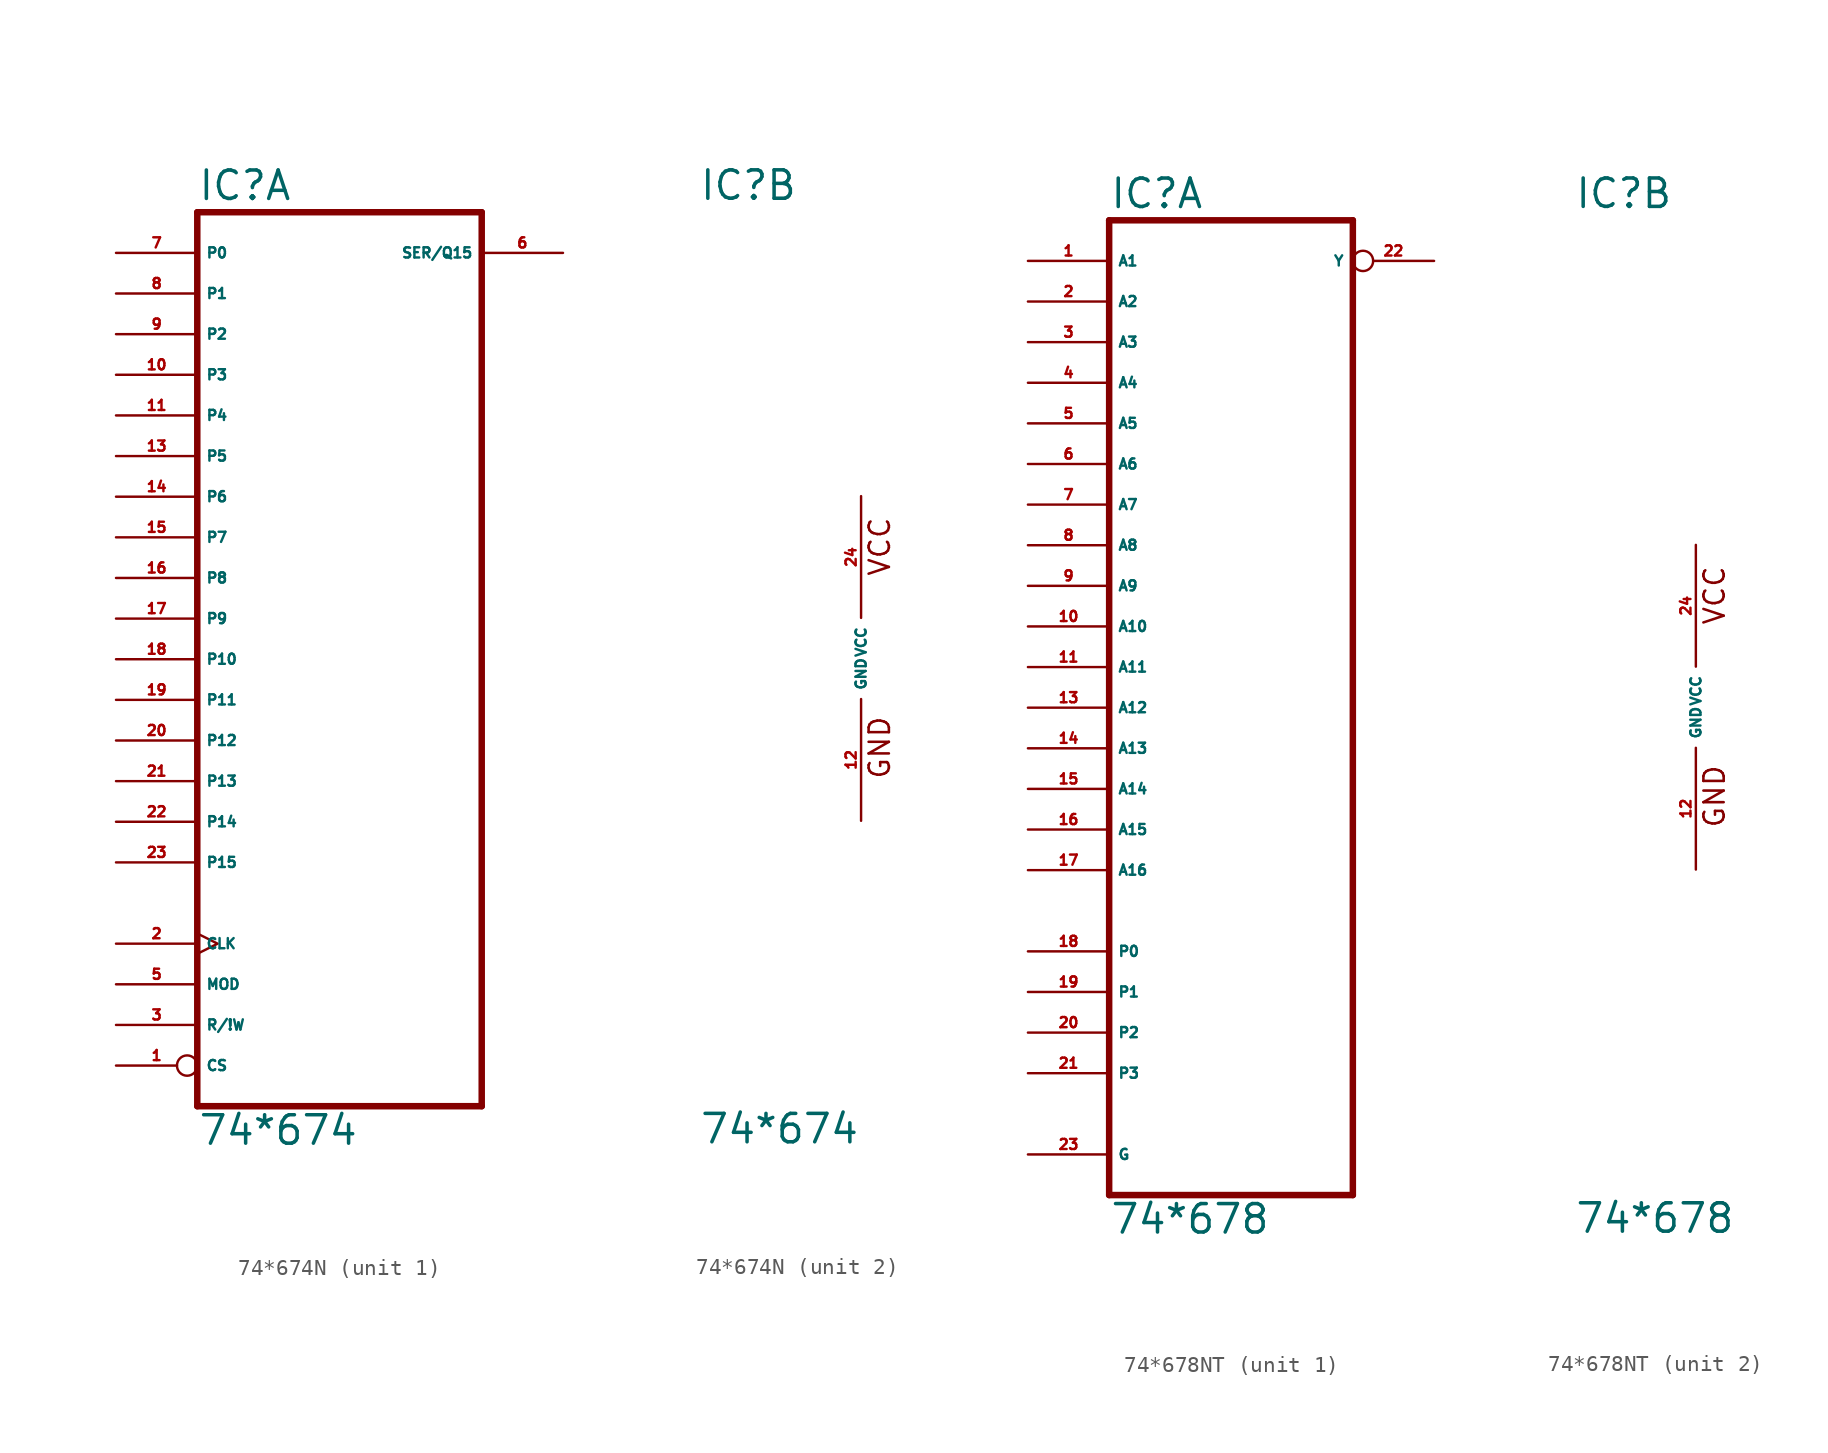
<source format=kicad_sym>
(kicad_symbol_lib
  (version 20220914)
  (generator Eagle2Kicad)
  (symbol "74*674N"
    (property "Reference" "IC"
      (at -10.16 28.575 0)
      (effects (font (size 1.778 1.778) (thickness 0.22)) (justify left bottom)))
    (property "Value" "74*674"
      (at -10.16 -30.48 0)
      (effects (font (size 1.778 1.778) (thickness 0.22)) (justify left bottom)))
    (symbol "74*674N_1_0"
      (polyline (pts (xy -10.16 -27.94) (xy 7.62 -27.94)) (stroke (width 0.406) (type default)) (fill (type none)))
      (polyline (pts (xy 7.62 -27.94) (xy 7.62 27.94)) (stroke (width 0.406) (type default)) (fill (type none)))
      (polyline (pts (xy 7.62 27.94) (xy -10.16 27.94)) (stroke (width 0.406) (type default)) (fill (type none)))
      (polyline (pts (xy -10.16 27.94) (xy -10.16 -27.94)) (stroke (width 0.406) (type default)) (fill (type none)))
      (pin input inverted (at -15.24 -25.4 0) (length 5.08) (name "CS" (effects (font (size 0.635 0.635) (thickness 0.08)) (justify left bottom))) (number "1" (effects (font (size 0.635 0.635) (thickness 0.08)) (justify left bottom))))
      (pin input clock (at -15.24 -17.78 0) (length 5.08) (name "CLK" (effects (font (size 0.635 0.635) (thickness 0.08)) (justify left bottom))) (number "2" (effects (font (size 0.635 0.635) (thickness 0.08)) (justify left bottom))))
      (pin input line (at -15.24 -22.86 0) (length 5.08) (name "R/!W" (effects (font (size 0.635 0.635) (thickness 0.08)) (justify left bottom))) (number "3" (effects (font (size 0.635 0.635) (thickness 0.08)) (justify left bottom))))
      (pin input line (at -15.24 -20.32 0) (length 5.08) (name "MOD" (effects (font (size 0.635 0.635) (thickness 0.08)) (justify left bottom))) (number "5" (effects (font (size 0.635 0.635) (thickness 0.08)) (justify left bottom))))
      (pin bidirectional line (at 12.7 25.4 180) (length 5.08) (name "SER/Q15" (effects (font (size 0.635 0.635) (thickness 0.08)) (justify left bottom))) (number "6" (effects (font (size 0.635 0.635) (thickness 0.08)) (justify left bottom))))
      (pin input line (at -15.24 25.4 0) (length 5.08) (name "P0" (effects (font (size 0.635 0.635) (thickness 0.08)) (justify left bottom))) (number "7" (effects (font (size 0.635 0.635) (thickness 0.08)) (justify left bottom))))
      (pin input line (at -15.24 22.86 0) (length 5.08) (name "P1" (effects (font (size 0.635 0.635) (thickness 0.08)) (justify left bottom))) (number "8" (effects (font (size 0.635 0.635) (thickness 0.08)) (justify left bottom))))
      (pin input line (at -15.24 20.32 0) (length 5.08) (name "P2" (effects (font (size 0.635 0.635) (thickness 0.08)) (justify left bottom))) (number "9" (effects (font (size 0.635 0.635) (thickness 0.08)) (justify left bottom))))
      (pin input line (at -15.24 17.78 0) (length 5.08) (name "P3" (effects (font (size 0.635 0.635) (thickness 0.08)) (justify left bottom))) (number "10" (effects (font (size 0.635 0.635) (thickness 0.08)) (justify left bottom))))
      (pin input line (at -15.24 15.24 0) (length 5.08) (name "P4" (effects (font (size 0.635 0.635) (thickness 0.08)) (justify left bottom))) (number "11" (effects (font (size 0.635 0.635) (thickness 0.08)) (justify left bottom))))
      (pin input line (at -15.24 12.7 0) (length 5.08) (name "P5" (effects (font (size 0.635 0.635) (thickness 0.08)) (justify left bottom))) (number "13" (effects (font (size 0.635 0.635) (thickness 0.08)) (justify left bottom))))
      (pin input line (at -15.24 10.16 0) (length 5.08) (name "P6" (effects (font (size 0.635 0.635) (thickness 0.08)) (justify left bottom))) (number "14" (effects (font (size 0.635 0.635) (thickness 0.08)) (justify left bottom))))
      (pin input line (at -15.24 7.62 0) (length 5.08) (name "P7" (effects (font (size 0.635 0.635) (thickness 0.08)) (justify left bottom))) (number "15" (effects (font (size 0.635 0.635) (thickness 0.08)) (justify left bottom))))
      (pin input line (at -15.24 5.08 0) (length 5.08) (name "P8" (effects (font (size 0.635 0.635) (thickness 0.08)) (justify left bottom))) (number "16" (effects (font (size 0.635 0.635) (thickness 0.08)) (justify left bottom))))
      (pin input line (at -15.24 2.54 0) (length 5.08) (name "P9" (effects (font (size 0.635 0.635) (thickness 0.08)) (justify left bottom))) (number "17" (effects (font (size 0.635 0.635) (thickness 0.08)) (justify left bottom))))
      (pin input line (at -15.24 0 0) (length 5.08) (name "P10" (effects (font (size 0.635 0.635) (thickness 0.08)) (justify left bottom))) (number "18" (effects (font (size 0.635 0.635) (thickness 0.08)) (justify left bottom))))
      (pin input line (at -15.24 -2.54 0) (length 5.08) (name "P11" (effects (font (size 0.635 0.635) (thickness 0.08)) (justify left bottom))) (number "19" (effects (font (size 0.635 0.635) (thickness 0.08)) (justify left bottom))))
      (pin input line (at -15.24 -5.08 0) (length 5.08) (name "P12" (effects (font (size 0.635 0.635) (thickness 0.08)) (justify left bottom))) (number "20" (effects (font (size 0.635 0.635) (thickness 0.08)) (justify left bottom))))
      (pin input line (at -15.24 -7.62 0) (length 5.08) (name "P13" (effects (font (size 0.635 0.635) (thickness 0.08)) (justify left bottom))) (number "21" (effects (font (size 0.635 0.635) (thickness 0.08)) (justify left bottom))))
      (pin input line (at -15.24 -10.16 0) (length 5.08) (name "P14" (effects (font (size 0.635 0.635) (thickness 0.08)) (justify left bottom))) (number "22" (effects (font (size 0.635 0.635) (thickness 0.08)) (justify left bottom))))
      (pin input line (at -15.24 -12.7 0) (length 5.08) (name "P15" (effects (font (size 0.635 0.635) (thickness 0.08)) (justify left bottom))) (number "23" (effects (font (size 0.635 0.635) (thickness 0.08)) (justify left bottom)))))
    (symbol "74*674N_2_0"
      (text "GND" (at 1.905 -7.62 900) (effects (font (size 1.27 1.27) (thickness 0.16)) (justify left bottom)))
      (text "VCC" (at 1.905 5.08 900) (effects (font (size 1.27 1.27) (thickness 0.16)) (justify left bottom)))
      (pin unspecified line (at 0 -10.16 90) (length 7.62) (name "GND" (effects (font (size 0.635 0.635) (thickness 0.08)) (justify left bottom))) (number "12" (effects (font (size 0.635 0.635) (thickness 0.08)) (justify left bottom))))
      (pin unspecified line (at 0 10.16 270) (length 7.62) (name "VCC" (effects (font (size 0.635 0.635) (thickness 0.08)) (justify left bottom))) (number "24" (effects (font (size 0.635 0.635) (thickness 0.08)) (justify left bottom))))))
  (symbol "74*678NT"
    (property "Reference" "IC"
      (at -7.62 31.115 0)
      (effects (font (size 1.778 1.778) (thickness 0.22)) (justify left bottom)))
    (property "Value" "74*678"
      (at -7.62 -33.02 0)
      (effects (font (size 1.778 1.778) (thickness 0.22)) (justify left bottom)))
    (symbol "74*678NT_1_0"
      (polyline (pts (xy -7.62 -30.48) (xy 7.62 -30.48)) (stroke (width 0.406) (type default)) (fill (type none)))
      (polyline (pts (xy 7.62 -30.48) (xy 7.62 30.48)) (stroke (width 0.406) (type default)) (fill (type none)))
      (polyline (pts (xy 7.62 30.48) (xy -7.62 30.48)) (stroke (width 0.406) (type default)) (fill (type none)))
      (polyline (pts (xy -7.62 30.48) (xy -7.62 -30.48)) (stroke (width 0.406) (type default)) (fill (type none)))
      (pin input line (at -12.7 27.94 0) (length 5.08) (name "A1" (effects (font (size 0.635 0.635) (thickness 0.08)) (justify left bottom))) (number "1" (effects (font (size 0.635 0.635) (thickness 0.08)) (justify left bottom))))
      (pin input line (at -12.7 25.4 0) (length 5.08) (name "A2" (effects (font (size 0.635 0.635) (thickness 0.08)) (justify left bottom))) (number "2" (effects (font (size 0.635 0.635) (thickness 0.08)) (justify left bottom))))
      (pin input line (at -12.7 22.86 0) (length 5.08) (name "A3" (effects (font (size 0.635 0.635) (thickness 0.08)) (justify left bottom))) (number "3" (effects (font (size 0.635 0.635) (thickness 0.08)) (justify left bottom))))
      (pin input line (at -12.7 20.32 0) (length 5.08) (name "A4" (effects (font (size 0.635 0.635) (thickness 0.08)) (justify left bottom))) (number "4" (effects (font (size 0.635 0.635) (thickness 0.08)) (justify left bottom))))
      (pin input line (at -12.7 17.78 0) (length 5.08) (name "A5" (effects (font (size 0.635 0.635) (thickness 0.08)) (justify left bottom))) (number "5" (effects (font (size 0.635 0.635) (thickness 0.08)) (justify left bottom))))
      (pin input line (at -12.7 15.24 0) (length 5.08) (name "A6" (effects (font (size 0.635 0.635) (thickness 0.08)) (justify left bottom))) (number "6" (effects (font (size 0.635 0.635) (thickness 0.08)) (justify left bottom))))
      (pin input line (at -12.7 12.7 0) (length 5.08) (name "A7" (effects (font (size 0.635 0.635) (thickness 0.08)) (justify left bottom))) (number "7" (effects (font (size 0.635 0.635) (thickness 0.08)) (justify left bottom))))
      (pin input line (at -12.7 10.16 0) (length 5.08) (name "A8" (effects (font (size 0.635 0.635) (thickness 0.08)) (justify left bottom))) (number "8" (effects (font (size 0.635 0.635) (thickness 0.08)) (justify left bottom))))
      (pin input line (at -12.7 7.62 0) (length 5.08) (name "A9" (effects (font (size 0.635 0.635) (thickness 0.08)) (justify left bottom))) (number "9" (effects (font (size 0.635 0.635) (thickness 0.08)) (justify left bottom))))
      (pin input line (at -12.7 5.08 0) (length 5.08) (name "A10" (effects (font (size 0.635 0.635) (thickness 0.08)) (justify left bottom))) (number "10" (effects (font (size 0.635 0.635) (thickness 0.08)) (justify left bottom))))
      (pin input line (at -12.7 2.54 0) (length 5.08) (name "A11" (effects (font (size 0.635 0.635) (thickness 0.08)) (justify left bottom))) (number "11" (effects (font (size 0.635 0.635) (thickness 0.08)) (justify left bottom))))
      (pin input line (at -12.7 0 0) (length 5.08) (name "A12" (effects (font (size 0.635 0.635) (thickness 0.08)) (justify left bottom))) (number "13" (effects (font (size 0.635 0.635) (thickness 0.08)) (justify left bottom))))
      (pin input line (at -12.7 -2.54 0) (length 5.08) (name "A13" (effects (font (size 0.635 0.635) (thickness 0.08)) (justify left bottom))) (number "14" (effects (font (size 0.635 0.635) (thickness 0.08)) (justify left bottom))))
      (pin input line (at -12.7 -5.08 0) (length 5.08) (name "A14" (effects (font (size 0.635 0.635) (thickness 0.08)) (justify left bottom))) (number "15" (effects (font (size 0.635 0.635) (thickness 0.08)) (justify left bottom))))
      (pin input line (at -12.7 -7.62 0) (length 5.08) (name "A15" (effects (font (size 0.635 0.635) (thickness 0.08)) (justify left bottom))) (number "16" (effects (font (size 0.635 0.635) (thickness 0.08)) (justify left bottom))))
      (pin input line (at -12.7 -10.16 0) (length 5.08) (name "A16" (effects (font (size 0.635 0.635) (thickness 0.08)) (justify left bottom))) (number "17" (effects (font (size 0.635 0.635) (thickness 0.08)) (justify left bottom))))
      (pin input line (at -12.7 -15.24 0) (length 5.08) (name "P0" (effects (font (size 0.635 0.635) (thickness 0.08)) (justify left bottom))) (number "18" (effects (font (size 0.635 0.635) (thickness 0.08)) (justify left bottom))))
      (pin input line (at -12.7 -17.78 0) (length 5.08) (name "P1" (effects (font (size 0.635 0.635) (thickness 0.08)) (justify left bottom))) (number "19" (effects (font (size 0.635 0.635) (thickness 0.08)) (justify left bottom))))
      (pin input line (at -12.7 -20.32 0) (length 5.08) (name "P2" (effects (font (size 0.635 0.635) (thickness 0.08)) (justify left bottom))) (number "20" (effects (font (size 0.635 0.635) (thickness 0.08)) (justify left bottom))))
      (pin input line (at -12.7 -22.86 0) (length 5.08) (name "P3" (effects (font (size 0.635 0.635) (thickness 0.08)) (justify left bottom))) (number "21" (effects (font (size 0.635 0.635) (thickness 0.08)) (justify left bottom))))
      (pin output inverted (at 12.7 27.94 180) (length 5.08) (name "Y" (effects (font (size 0.635 0.635) (thickness 0.08)) (justify left bottom))) (number "22" (effects (font (size 0.635 0.635) (thickness 0.08)) (justify left bottom))))
      (pin input line (at -12.7 -27.94 0) (length 5.08) (name "G" (effects (font (size 0.635 0.635) (thickness 0.08)) (justify left bottom))) (number "23" (effects (font (size 0.635 0.635) (thickness 0.08)) (justify left bottom)))))
    (symbol "74*678NT_2_0"
      (text "GND" (at 1.905 -7.62 900) (effects (font (size 1.27 1.27) (thickness 0.16)) (justify left bottom)))
      (text "VCC" (at 1.905 5.08 900) (effects (font (size 1.27 1.27) (thickness 0.16)) (justify left bottom)))
      (pin unspecified line (at 0 -10.16 90) (length 7.62) (name "GND" (effects (font (size 0.635 0.635) (thickness 0.08)) (justify left bottom))) (number "12" (effects (font (size 0.635 0.635) (thickness 0.08)) (justify left bottom))))
      (pin unspecified line (at 0 10.16 270) (length 7.62) (name "VCC" (effects (font (size 0.635 0.635) (thickness 0.08)) (justify left bottom))) (number "24" (effects (font (size 0.635 0.635) (thickness 0.08)) (justify left bottom)))))))
</source>
